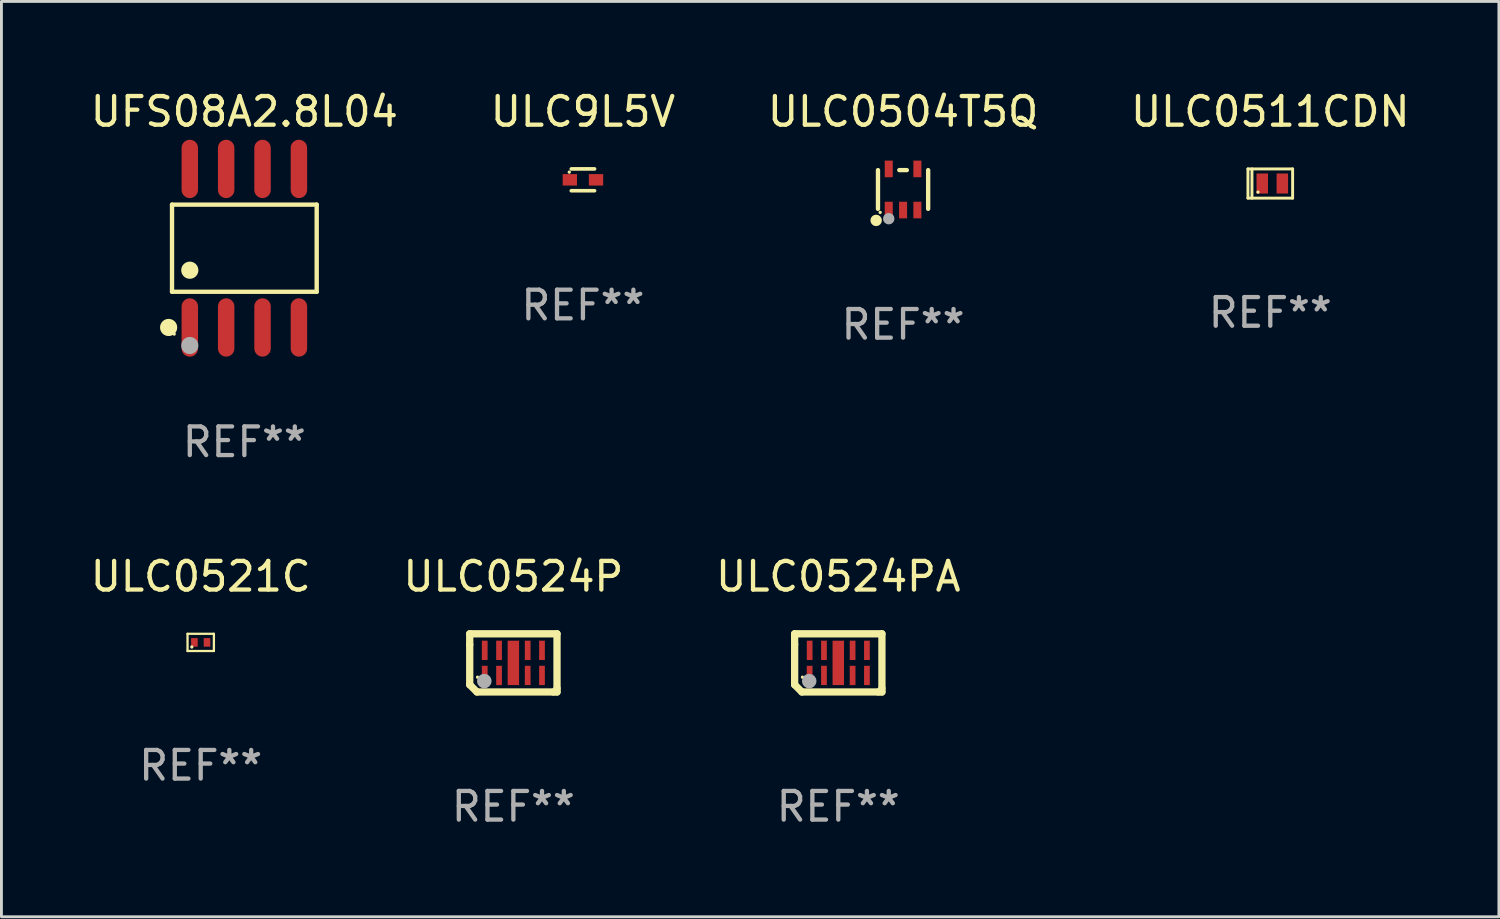
<source format=kicad_pcb>
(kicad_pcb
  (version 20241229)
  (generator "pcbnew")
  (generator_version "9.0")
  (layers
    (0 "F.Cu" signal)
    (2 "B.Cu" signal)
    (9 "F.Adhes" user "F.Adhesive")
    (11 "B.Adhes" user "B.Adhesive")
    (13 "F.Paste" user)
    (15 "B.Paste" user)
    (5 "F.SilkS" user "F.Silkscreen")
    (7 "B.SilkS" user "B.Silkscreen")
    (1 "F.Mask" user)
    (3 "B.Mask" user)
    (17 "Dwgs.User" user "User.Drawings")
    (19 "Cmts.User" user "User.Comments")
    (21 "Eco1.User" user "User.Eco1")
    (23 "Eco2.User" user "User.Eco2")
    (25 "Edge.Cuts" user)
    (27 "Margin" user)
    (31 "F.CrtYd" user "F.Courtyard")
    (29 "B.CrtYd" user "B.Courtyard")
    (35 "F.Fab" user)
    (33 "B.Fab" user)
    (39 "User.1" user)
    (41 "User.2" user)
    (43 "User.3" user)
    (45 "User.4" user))
  (footprint "ULC0511CDN"
    (layer "F.Cu")
    (at 41.304 3.358)
    (property "Reference" "ULC0511CDN" (at 0 -2.51 0) (layer "F.SilkS") (effects (font (size 1 1) (thickness 0.15))))
    (attr through_hole)
    (fp_line (start -0.78 -0.51) (end -0.78 0.51) (stroke (width 0.102) (type solid)) (layer "F.SilkS"))
    (fp_line (start -0.78 -0.51) (end 0.78 -0.51) (stroke (width 0.102) (type solid)) (layer "F.SilkS"))
    (fp_line (start -0.78 0.51) (end 0.78 0.51) (stroke (width 0.102) (type solid)) (layer "F.SilkS"))
    (fp_line (start -0.64 -0.51) (end -0.64 0.51) (stroke (width 0.102) (type solid)) (layer "F.SilkS"))
    (fp_line (start 0.78 -0.51) (end 0.78 0.51) (stroke (width 0.102) (type solid)) (layer "F.SilkS"))
    (fp_circle (center -0.43 0.3) (end -0.4 0.3) (stroke (width 0.06) (type solid)) (fill no) (layer "F.SilkS"))
    (fp_text user "REF**" (at 0 4.51 0) (layer "F.Fab") (effects (font (size 1 1) (thickness 0.15))))
    (pad "1" smd rect (at -0.28 0) (size 0.4 0.7) (layers "F.Cu" "F.Mask" "F.Paste"))
    (pad "2" smd rect (at 0.42 0) (size 0.4 0.7) (layers "F.Cu" "F.Mask" "F.Paste")))
  (footprint "ULC0524PA"
    (layer "F.Cu")
    (at 26.22 20.096)
    (property "Reference" "ULC0524PA" (at 0 -3.016 0) (layer "F.SilkS") (effects (font (size 1 1) (thickness 0.15))))
    (attr through_hole)
    (fp_line (start -1.524 -1.016) (end 1.524 -1.016) (stroke (width 0.254) (type solid)) (layer "F.SilkS"))
    (fp_line (start -1.524 -0.635) (end -1.524 -1.016) (stroke (width 0.254) (type solid)) (layer "F.SilkS"))
    (fp_line (start -1.524 0.762) (end -1.524 -0.635) (stroke (width 0.254) (type solid)) (layer "F.SilkS"))
    (fp_line (start -1.27 1.016) (end -1.524 0.762) (stroke (width 0.254) (type solid)) (layer "F.SilkS"))
    (fp_line (start 1.397 1.016) (end -1.27 1.016) (stroke (width 0.254) (type solid)) (layer "F.SilkS"))
    (fp_line (start 1.524 -1.016) (end 1.524 0.889) (stroke (width 0.254) (type solid)) (layer "F.SilkS"))
    (fp_line (start 1.524 0.889) (end 1.524 1.016) (stroke (width 0.254) (type solid)) (layer "F.SilkS"))
    (fp_line (start 1.524 1.016) (end 1.397 1.016) (stroke (width 0.254) (type solid)) (layer "F.SilkS"))
    (fp_circle (center -1.25 0.5) (end -1.22 0.5) (stroke (width 0.06) (type solid)) (fill no) (layer "F.SilkS"))
    (fp_circle (center -1.016 0.635) (end -0.889 0.635) (stroke (width 0.254) (type solid)) (fill no) (layer "F.Fab"))
    (fp_text user "REF**" (at 0 5.016 0) (layer "F.Fab") (effects (font (size 1 1) (thickness 0.15))))
    (pad "1" smd rect (at -1 0.438) (size 0.2 0.675) (layers "F.Cu" "F.Mask" "F.Paste"))
    (pad "2" smd rect (at -0.5 0.438) (size 0.2 0.675) (layers "F.Cu" "F.Mask" "F.Paste"))
    (pad "3-8" smd rect (at 0 0.000127) (size 0.4 1.55) (layers "F.Cu" "F.Mask" "F.Paste"))
    (pad "4" smd rect (at 0.5 0.438) (size 0.2 0.675) (layers "F.Cu" "F.Mask" "F.Paste"))
    (pad "5" smd rect (at 1 0.438) (size 0.2 0.675) (layers "F.Cu" "F.Mask" "F.Paste"))
    (pad "6" smd rect (at 1 -0.438) (size 0.2 0.675) (layers "F.Cu" "F.Mask" "F.Paste"))
    (pad "7" smd rect (at 0.5 -0.438) (size 0.2 0.675) (layers "F.Cu" "F.Mask" "F.Paste"))
    (pad "9" smd rect (at -0.5 -0.438) (size 0.2 0.675) (layers "F.Cu" "F.Mask" "F.Paste"))
    (pad "10" smd rect (at -1 -0.438) (size 0.2 0.675) (layers "F.Cu" "F.Mask" "F.Paste")))
  (footprint "UFS08A2.8L04"
    (layer "F.Cu")
    (at 5.482 5.616)
    (property "Reference" "UFS08A2.8L04" (at 0 -4.768 0) (layer "F.SilkS") (effects (font (size 1 1) (thickness 0.15))))
    (attr through_hole)
    (fp_line (start -2.526 -1.521) (end 2.526 -1.521) (stroke (width 0.152) (type solid)) (layer "F.SilkS"))
    (fp_line (start -2.526 1.521) (end -2.526 -1.521) (stroke (width 0.152) (type solid)) (layer "F.SilkS"))
    (fp_line (start 2.526 -1.521) (end 2.526 1.521) (stroke (width 0.152) (type solid)) (layer "F.SilkS"))
    (fp_line (start 2.526 1.521) (end -2.526 1.521) (stroke (width 0.152) (type solid)) (layer "F.SilkS"))
    (fp_circle (center -2.644 2.768) (end -2.494 2.768) (stroke (width 0.3) (type solid)) (fill no) (layer "F.SilkS"))
    (fp_circle (center -2.45 2.998) (end -2.42 2.998) (stroke (width 0.06) (type solid)) (fill no) (layer "F.SilkS"))
    (fp_circle (center -1.905 0.769) (end -1.755 0.769) (stroke (width 0.3) (type solid)) (fill no) (layer "F.SilkS"))
    (fp_circle (center -1.905 3.398) (end -1.755 3.398) (stroke (width 0.3) (type solid)) (fill no) (layer "F.Fab"))
    (fp_text user "REF**" (at 0 6.768 0) (layer "F.Fab") (effects (font (size 1 1) (thickness 0.15))))
    (pad "1" smd oval (at -1.905 2.768) (size 0.574 2.036) (layers "F.Cu" "F.Mask" "F.Paste"))
    (pad "2" smd oval (at -0.635 2.768) (size 0.574 2.036) (layers "F.Cu" "F.Mask" "F.Paste"))
    (pad "3" smd oval (at 0.635 2.768) (size 0.574 2.036) (layers "F.Cu" "F.Mask" "F.Paste"))
    (pad "4" smd oval (at 1.905 2.768) (size 0.574 2.036) (layers "F.Cu" "F.Mask" "F.Paste"))
    (pad "5" smd oval (at 1.905 -2.768) (size 0.574 2.036) (layers "F.Cu" "F.Mask" "F.Paste"))
    (pad "6" smd oval (at 0.635 -2.768) (size 0.574 2.036) (layers "F.Cu" "F.Mask" "F.Paste"))
    (pad "7" smd oval (at -0.635 -2.768) (size 0.574 2.036) (layers "F.Cu" "F.Mask" "F.Paste"))
    (pad "8" smd oval (at -1.905 -2.768) (size 0.574 2.036) (layers "F.Cu" "F.Mask" "F.Paste")))
  (footprint "ULC9L5V"
    (layer "F.Cu")
    (at 17.304 3.229)
    (property "Reference" "ULC9L5V" (at 0 -2.381 0) (layer "F.SilkS") (effects (font (size 1 1) (thickness 0.15))))
    (attr through_hole)
    (fp_line (start -0.406 -0.381) (end 0.406 -0.381) (stroke (width 0.127) (type solid)) (layer "F.SilkS"))
    (fp_line (start 0.406 0.381) (end -0.406 0.381) (stroke (width 0.127) (type solid)) (layer "F.SilkS"))
    (fp_circle (center -0.477 -0.27) (end -0.447 -0.27) (stroke (width 0.06) (type solid)) (fill no) (layer "F.SilkS"))
    (fp_text user "REF**" (at 0 4.381 0) (layer "F.Fab") (effects (font (size 1 1) (thickness 0.15))))
    (pad "1" smd rect (at -0.457 0 90) (size 0.4 0.5) (layers "F.Cu" "F.Mask" "F.Paste"))
    (pad "2" smd rect (at 0.457 0 90) (size 0.4 0.5) (layers "F.Cu" "F.Mask" "F.Paste")))
  (footprint "ULC0524P"
    (layer "F.Cu")
    (at 14.875 20.096)
    (property "Reference" "ULC0524P" (at 0 -3.016 0) (layer "F.SilkS") (effects (font (size 1 1) (thickness 0.15))))
    (attr through_hole)
    (fp_line (start -1.524 -1.016) (end 1.524 -1.016) (stroke (width 0.254) (type solid)) (layer "F.SilkS"))
    (fp_line (start -1.524 -0.635) (end -1.524 -1.016) (stroke (width 0.254) (type solid)) (layer "F.SilkS"))
    (fp_line (start -1.524 0.762) (end -1.524 -0.635) (stroke (width 0.254) (type solid)) (layer "F.SilkS"))
    (fp_line (start -1.27 1.016) (end -1.524 0.762) (stroke (width 0.254) (type solid)) (layer "F.SilkS"))
    (fp_line (start 1.397 1.016) (end -1.27 1.016) (stroke (width 0.254) (type solid)) (layer "F.SilkS"))
    (fp_line (start 1.524 -1.016) (end 1.524 0.889) (stroke (width 0.254) (type solid)) (layer "F.SilkS"))
    (fp_line (start 1.524 0.889) (end 1.524 1.016) (stroke (width 0.254) (type solid)) (layer "F.SilkS"))
    (fp_line (start 1.524 1.016) (end 1.397 1.016) (stroke (width 0.254) (type solid)) (layer "F.SilkS"))
    (fp_circle (center -1.25 0.5) (end -1.22 0.5) (stroke (width 0.06) (type solid)) (fill no) (layer "F.SilkS"))
    (fp_circle (center -1.016 0.635) (end -0.889 0.635) (stroke (width 0.254) (type solid)) (fill no) (layer "F.Fab"))
    (fp_text user "REF**" (at 0 5.016 0) (layer "F.Fab") (effects (font (size 1 1) (thickness 0.15))))
    (pad "1" smd rect (at -1 0.438) (size 0.2 0.675) (layers "F.Cu" "F.Mask" "F.Paste"))
    (pad "2" smd rect (at -0.5 0.438) (size 0.2 0.675) (layers "F.Cu" "F.Mask" "F.Paste"))
    (pad "3-8" smd rect (at 0 0.000127) (size 0.4 1.55) (layers "F.Cu" "F.Mask" "F.Paste"))
    (pad "4" smd rect (at 0.5 0.438) (size 0.2 0.675) (layers "F.Cu" "F.Mask" "F.Paste"))
    (pad "5" smd rect (at 1 0.438) (size 0.2 0.675) (layers "F.Cu" "F.Mask" "F.Paste"))
    (pad "6" smd rect (at 1 -0.438) (size 0.2 0.675) (layers "F.Cu" "F.Mask" "F.Paste"))
    (pad "7" smd rect (at 0.5 -0.438) (size 0.2 0.675) (layers "F.Cu" "F.Mask" "F.Paste"))
    (pad "9" smd rect (at -0.5 -0.438) (size 0.2 0.675) (layers "F.Cu" "F.Mask" "F.Paste"))
    (pad "10" smd rect (at -1 -0.438) (size 0.2 0.675) (layers "F.Cu" "F.Mask" "F.Paste")))
  (footprint "ULC0521C"
    (layer "F.Cu")
    (at 3.958 19.38)
    (property "Reference" "ULC0521C" (at 0 -2.3 0) (layer "F.SilkS") (effects (font (size 1 1) (thickness 0.15))))
    (attr through_hole)
    (fp_line (start -0.46 -0.3) (end -0.46 0.3) (stroke (width 0.08) (type solid)) (layer "F.SilkS"))
    (fp_line (start -0.46 -0.3) (end 0.46 -0.3) (stroke (width 0.08) (type solid)) (layer "F.SilkS"))
    (fp_line (start -0.46 0.3) (end 0.46 0.3) (stroke (width 0.08) (type solid)) (layer "F.SilkS"))
    (fp_line (start 0.46 -0.3) (end 0.46 0.3) (stroke (width 0.08) (type solid)) (layer "F.SilkS"))
    (fp_circle (center -0.31 0.16) (end -0.28 0.16) (stroke (width 0.06) (type solid)) (fill no) (layer "F.SilkS"))
    (fp_text user "REF**" (at 0 4.3 0) (layer "F.Fab") (effects (font (size 1 1) (thickness 0.15))))
    (pad "1" smd rect (at -0.22 0 180) (size 0.23 0.3) (layers "F.Cu" "F.Mask" "F.Paste"))
    (pad "2" smd rect (at 0.22 0 180) (size 0.23 0.3) (layers "F.Cu" "F.Mask" "F.Paste")))
  (footprint "ULC0504T5Q"
    (layer "F.Cu")
    (at 28.482 3.566)
    (property "Reference" "ULC0504T5Q" (at 0 -2.718 0) (layer "F.SilkS") (effects (font (size 1 1) (thickness 0.15))))
    (attr through_hole)
    (fp_line (start -0.876 0.676) (end -0.876 -0.676) (stroke (width 0.152) (type solid)) (layer "F.SilkS"))
    (fp_line (start 0.131 -0.676) (end -0.131 -0.676) (stroke (width 0.152) (type solid)) (layer "F.SilkS"))
    (fp_line (start 0.876 0.676) (end 0.876 -0.676) (stroke (width 0.152) (type solid)) (layer "F.SilkS"))
    (fp_circle (center -0.94 1.08) (end -0.84 1.08) (stroke (width 0.2) (type solid)) (fill no) (layer "F.SilkS"))
    (fp_circle (center -0.8 0.8) (end -0.77 0.8) (stroke (width 0.06) (type solid)) (fill no) (layer "F.SilkS"))
    (fp_circle (center -0.5 1.02) (end -0.4 1.02) (stroke (width 0.2) (type solid)) (fill no) (layer "F.Fab"))
    (fp_text user "REF**" (at 0 4.718 0) (layer "F.Fab") (effects (font (size 1 1) (thickness 0.15))))
    (pad "1" smd rect (at -0.5 0.718) (size 0.28 0.58) (layers "F.Cu" "F.Mask" "F.Paste"))
    (pad "2" smd rect (at -0.000102 0.718) (size 0.28 0.58) (layers "F.Cu" "F.Mask" "F.Paste"))
    (pad "3" smd rect (at 0.5 0.718) (size 0.28 0.58) (layers "F.Cu" "F.Mask" "F.Paste"))
    (pad "4" smd rect (at 0.5 -0.718) (size 0.28 0.58) (layers "F.Cu" "F.Mask" "F.Paste"))
    (pad "5" smd rect (at -0.5 -0.718) (size 0.28 0.58) (layers "F.Cu" "F.Mask" "F.Paste")))
  (gr_rect
    (start -3 -3)
    (end 49.286 28.961)
    (stroke (width 0.1) (type default))
    (fill no)
    (layer "Edge.Cuts")))
</source>
